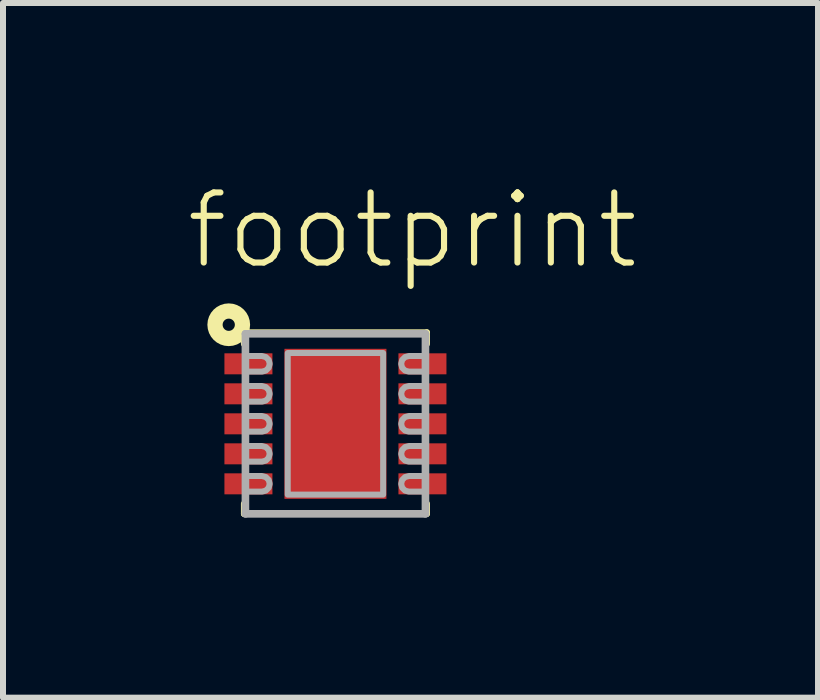
<source format=kicad_pcb>
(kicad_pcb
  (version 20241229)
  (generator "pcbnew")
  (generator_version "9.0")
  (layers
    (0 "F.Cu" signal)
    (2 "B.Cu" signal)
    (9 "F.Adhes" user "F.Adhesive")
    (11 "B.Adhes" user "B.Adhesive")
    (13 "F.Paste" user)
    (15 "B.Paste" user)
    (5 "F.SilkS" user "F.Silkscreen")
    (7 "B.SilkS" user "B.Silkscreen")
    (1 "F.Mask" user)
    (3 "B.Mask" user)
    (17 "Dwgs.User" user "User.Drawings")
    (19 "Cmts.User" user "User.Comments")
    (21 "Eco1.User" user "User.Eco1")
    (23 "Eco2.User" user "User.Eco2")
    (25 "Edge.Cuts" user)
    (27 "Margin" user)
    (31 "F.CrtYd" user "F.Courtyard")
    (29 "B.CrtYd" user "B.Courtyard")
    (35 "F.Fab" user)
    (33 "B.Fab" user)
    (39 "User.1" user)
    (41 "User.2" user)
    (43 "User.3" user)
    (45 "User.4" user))
  (footprint "footprint"
    (layer "F.Cu")
    (at 2.54 4.013)
    (property "Reference" "footprint" (at -2.54 -2.54 0) (layer "F.SilkS") (effects (font (size 1.168 1.168) (thickness 0.102)) (justify left bottom)))
    (fp_line (start -1.524 -1.524) (end -1.524 -1.33) (stroke (width 0.102) (type solid)) (layer "F.SilkS"))
    (fp_line (start -1.524 -1.524) (end 1.524 -1.524) (stroke (width 0.102) (type solid)) (layer "F.SilkS"))
    (fp_line (start -1.524 1.5) (end -1.524 1.33) (stroke (width 0.102) (type solid)) (layer "F.SilkS"))
    (fp_line (start -0.5 1.5) (end -1.524 1.5) (stroke (width 0.102) (type solid)) (layer "F.SilkS"))
    (fp_line (start -0.5 1.5) (end 1.524 1.5) (stroke (width 0.102) (type solid)) (layer "F.SilkS"))
    (fp_line (start 1.524 -1.524) (end 1.524 -1.33) (stroke (width 0.102) (type solid)) (layer "F.SilkS"))
    (fp_line (start 1.524 1.5) (end 1.524 1.33) (stroke (width 0.102) (type solid)) (layer "F.SilkS"))
    (fp_circle (center -1.778 -1.651) (end -1.676 -1.651) (stroke (width 0.254) (type solid)) (fill no) (layer "F.SilkS"))
    (fp_poly (pts (xy -1.699 -0.87) (xy -1.1 -0.87) (xy -1.1 -1.13) (xy -1.699 -1.13)) (stroke (width 0) (type solid)) (fill yes) (layer "F.Paste"))
    (fp_poly (pts (xy -1.699 -0.37) (xy -1.1 -0.37) (xy -1.1 -0.63) (xy -1.699 -0.63)) (stroke (width 0) (type solid)) (fill yes) (layer "F.Paste"))
    (fp_poly (pts (xy -1.699 0.13) (xy -1.1 0.13) (xy -1.1 -0.13) (xy -1.699 -0.13)) (stroke (width 0) (type solid)) (fill yes) (layer "F.Paste"))
    (fp_poly (pts (xy -1.699 0.63) (xy -1.1 0.63) (xy -1.1 0.37) (xy -1.699 0.37)) (stroke (width 0) (type solid)) (fill yes) (layer "F.Paste"))
    (fp_poly (pts (xy -1.699 1.13) (xy -1.1 1.13) (xy -1.1 0.87) (xy -1.699 0.87)) (stroke (width 0) (type solid)) (fill yes) (layer "F.Paste"))
    (fp_poly (pts (xy -0.5 1) (xy 0.5 1) (xy 0.5 -1) (xy -0.5 -1)) (stroke (width 0) (type solid)) (fill yes) (layer "F.Paste"))
    (fp_poly (pts (xy 1.699 -1.13) (xy 1.1 -1.13) (xy 1.1 -0.87) (xy 1.699 -0.87)) (stroke (width 0) (type solid)) (fill yes) (layer "F.Paste"))
    (fp_poly (pts (xy 1.699 -0.63) (xy 1.1 -0.63) (xy 1.1 -0.37) (xy 1.699 -0.37)) (stroke (width 0) (type solid)) (fill yes) (layer "F.Paste"))
    (fp_poly (pts (xy 1.699 -0.13) (xy 1.1 -0.13) (xy 1.1 0.13) (xy 1.699 0.13)) (stroke (width 0) (type solid)) (fill yes) (layer "F.Paste"))
    (fp_poly (pts (xy 1.699 0.37) (xy 1.1 0.37) (xy 1.1 0.63) (xy 1.699 0.63)) (stroke (width 0) (type solid)) (fill yes) (layer "F.Paste"))
    (fp_poly (pts (xy 1.699 0.87) (xy 1.1 0.87) (xy 1.1 1.13) (xy 1.699 1.13)) (stroke (width 0) (type solid)) (fill yes) (layer "F.Paste"))
    (fp_line (start -1.5 -1.5) (end 1.5 -1.5) (stroke (width 0.127) (type solid)) (layer "F.Fab"))
    (fp_line (start -1.5 1.5) (end -1.5 -1.5) (stroke (width 0.127) (type solid)) (layer "F.Fab"))
    (fp_line (start 1.5 -1.5) (end 1.5 1.5) (stroke (width 0.127) (type solid)) (layer "F.Fab"))
    (fp_line (start 1.5 1.5) (end -1.5 1.5) (stroke (width 0.127) (type solid)) (layer "F.Fab"))
    (fp_poly (pts (xy 0.795 1.18) (xy -0.795 1.18) (xy -0.795 -1.18) (xy 0.795 -1.18)) (stroke (width 0.1) (type solid)) (fill no) (layer "F.Fab"))
    (fp_poly (pts (xy -1.16 -1.113) (xy -1.112 -1.065) (xy -1.095 -1) (xy -1.112 -0.935) (xy -1.16 -0.887) (xy -1.224 -0.87) (xy -1.505 -0.87) (xy -1.505 -1.13) (xy -1.224 -1.13)) (stroke (width 0.1) (type solid)) (fill no) (layer "F.Fab"))
    (fp_poly (pts (xy -1.16 -0.613) (xy -1.112 -0.565) (xy -1.095 -0.5) (xy -1.112 -0.435) (xy -1.16 -0.387) (xy -1.224 -0.37) (xy -1.505 -0.37) (xy -1.505 -0.63) (xy -1.224 -0.63)) (stroke (width 0.1) (type solid)) (fill no) (layer "F.Fab"))
    (fp_poly (pts (xy -1.16 -0.113) (xy -1.112 -0.065) (xy -1.095 0) (xy -1.112 0.065) (xy -1.16 0.113) (xy -1.224 0.13) (xy -1.505 0.13) (xy -1.505 -0.13) (xy -1.224 -0.13)) (stroke (width 0.1) (type solid)) (fill no) (layer "F.Fab"))
    (fp_poly (pts (xy -1.16 0.387) (xy -1.112 0.435) (xy -1.095 0.5) (xy -1.112 0.565) (xy -1.16 0.613) (xy -1.224 0.63) (xy -1.505 0.63) (xy -1.505 0.37) (xy -1.224 0.37)) (stroke (width 0.1) (type solid)) (fill no) (layer "F.Fab"))
    (fp_poly (pts (xy -1.16 0.887) (xy -1.112 0.935) (xy -1.095 1) (xy -1.112 1.065) (xy -1.16 1.113) (xy -1.224 1.13) (xy -1.505 1.13) (xy -1.505 0.87) (xy -1.224 0.87)) (stroke (width 0.1) (type solid)) (fill no) (layer "F.Fab"))
    (fp_poly (pts (xy 1.505 -0.87) (xy 1.224 -0.87) (xy 1.16 -0.887) (xy 1.112 -0.935) (xy 1.095 -1) (xy 1.112 -1.065) (xy 1.16 -1.113) (xy 1.224 -1.13) (xy 1.505 -1.13)) (stroke (width 0.1) (type solid)) (fill no) (layer "F.Fab"))
    (fp_poly (pts (xy 1.505 -0.37) (xy 1.224 -0.37) (xy 1.16 -0.387) (xy 1.112 -0.435) (xy 1.095 -0.5) (xy 1.112 -0.565) (xy 1.16 -0.613) (xy 1.224 -0.63) (xy 1.505 -0.63)) (stroke (width 0.1) (type solid)) (fill no) (layer "F.Fab"))
    (fp_poly (pts (xy 1.505 0.13) (xy 1.224 0.13) (xy 1.16 0.113) (xy 1.112 0.065) (xy 1.095 0) (xy 1.112 -0.065) (xy 1.16 -0.113) (xy 1.224 -0.13) (xy 1.505 -0.13)) (stroke (width 0.1) (type solid)) (fill no) (layer "F.Fab"))
    (fp_poly (pts (xy 1.505 0.63) (xy 1.224 0.63) (xy 1.16 0.613) (xy 1.112 0.565) (xy 1.095 0.5) (xy 1.112 0.435) (xy 1.16 0.387) (xy 1.224 0.37) (xy 1.505 0.37)) (stroke (width 0.1) (type solid)) (fill no) (layer "F.Fab"))
    (fp_poly (pts (xy 1.505 1.13) (xy 1.224 1.13) (xy 1.16 1.113) (xy 1.112 1.065) (xy 1.095 1) (xy 1.112 0.935) (xy 1.16 0.887) (xy 1.224 0.87) (xy 1.505 0.87)) (stroke (width 0.1) (type solid)) (fill no) (layer "F.Fab"))
    (pad "1" smd rect (at -1.45 -1 90) (size 0.35 0.8) (layers "F.Cu" "F.Mask"))
    (pad "2" smd rect (at -1.45 -0.5 90) (size 0.35 0.8) (layers "F.Cu" "F.Mask"))
    (pad "3" smd rect (at -1.45 0 90) (size 0.35 0.8) (layers "F.Cu" "F.Mask"))
    (pad "4" smd rect (at -1.45 0.5 90) (size 0.35 0.8) (layers "F.Cu" "F.Mask"))
    (pad "5" smd rect (at -1.45 1 90) (size 0.35 0.8) (layers "F.Cu" "F.Mask"))
    (pad "6" smd rect (at 1.45 1 90) (size 0.35 0.8) (layers "F.Cu" "F.Mask"))
    (pad "7" smd rect (at 1.45 0.5 90) (size 0.35 0.8) (layers "F.Cu" "F.Mask"))
    (pad "8" smd rect (at 1.45 0 90) (size 0.35 0.8) (layers "F.Cu" "F.Mask"))
    (pad "9" smd rect (at 1.45 -0.5 90) (size 0.35 0.8) (layers "F.Cu" "F.Mask"))
    (pad "10" smd rect (at 1.45 -1 90) (size 0.35 0.8) (layers "F.Cu" "F.Mask"))
    (pad "11" smd rect (at 0 0 180) (size 1.7 2.5) (layers "F.Cu" "F.Mask")))
  (gr_rect
    (start -3 -3)
    (end 10.582 8.577)
    (stroke (width 0.1) (type default))
    (fill no)
    (layer "Edge.Cuts")))
</source>
